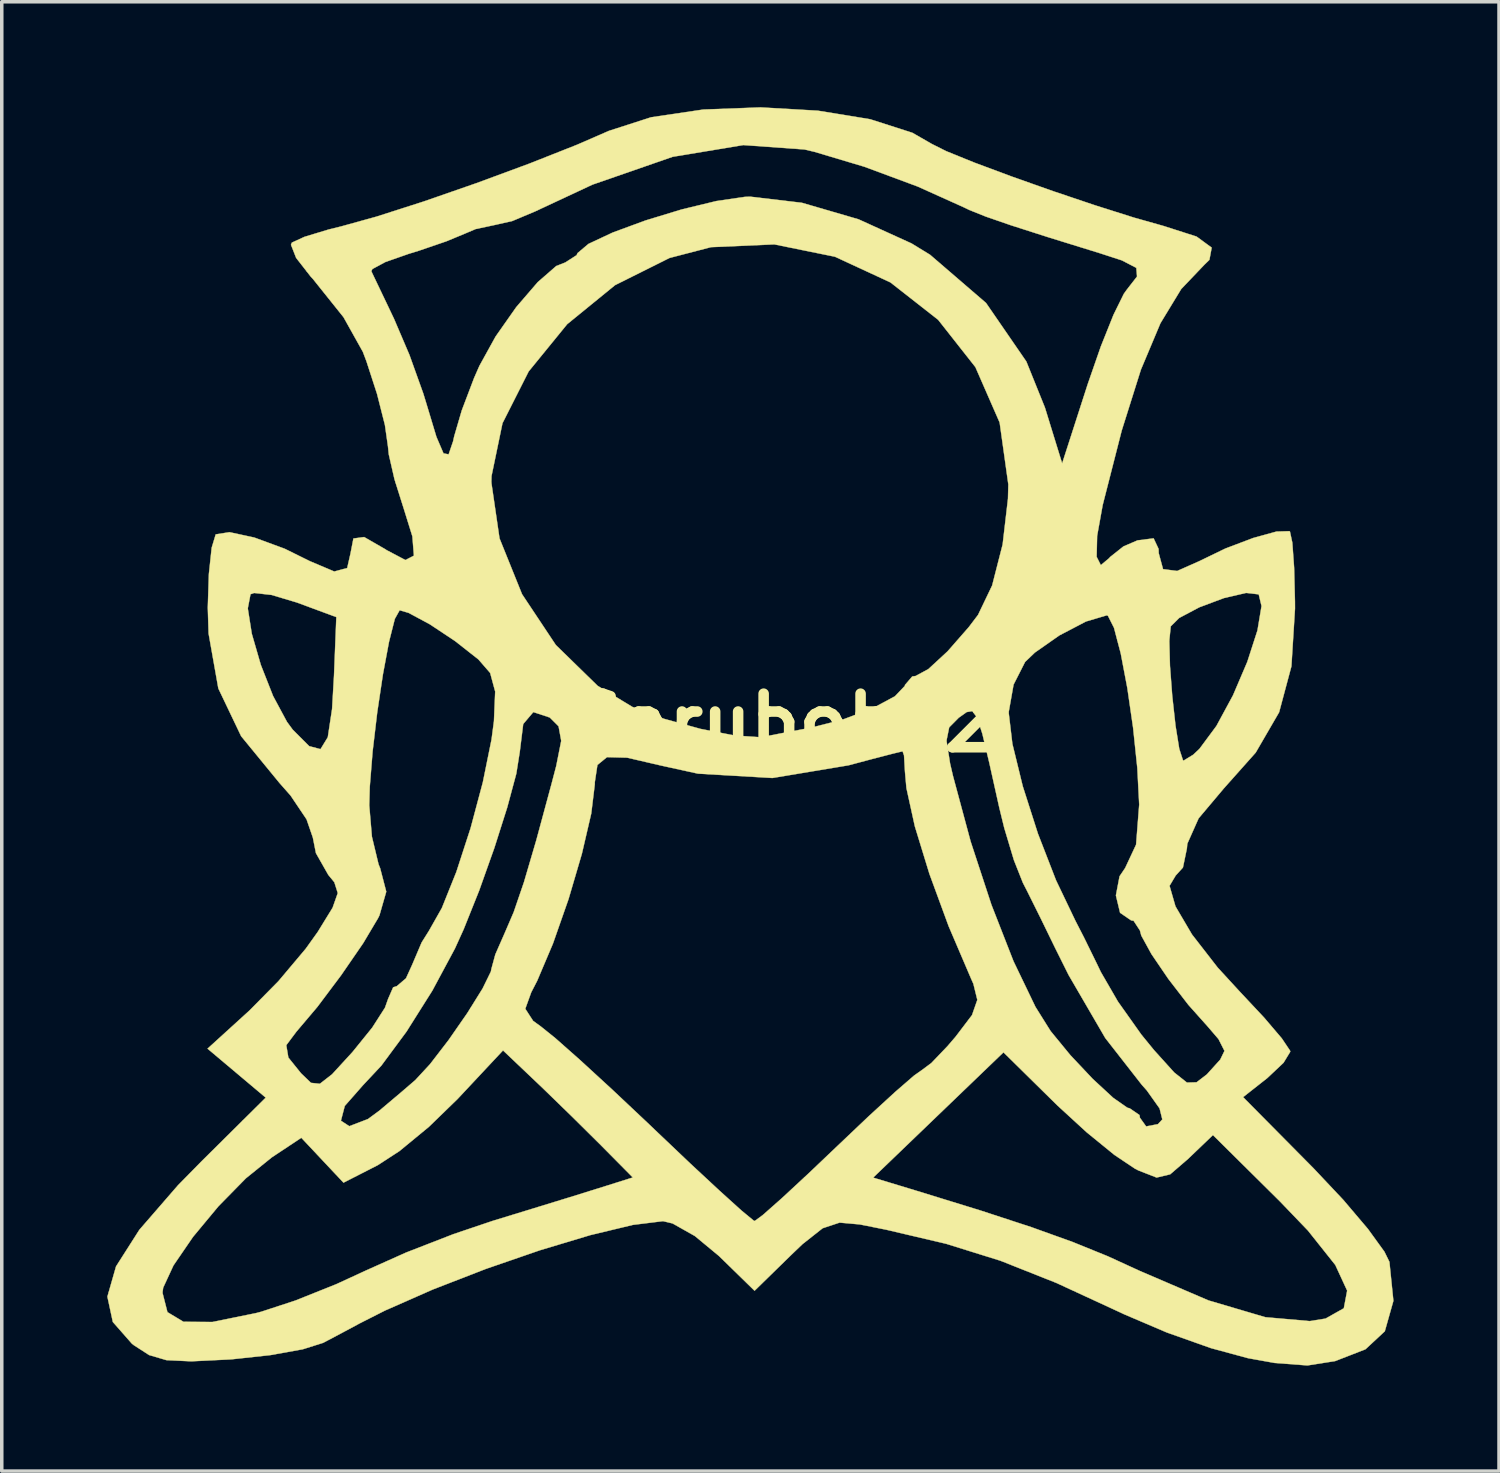
<source format=kicad_pcb>
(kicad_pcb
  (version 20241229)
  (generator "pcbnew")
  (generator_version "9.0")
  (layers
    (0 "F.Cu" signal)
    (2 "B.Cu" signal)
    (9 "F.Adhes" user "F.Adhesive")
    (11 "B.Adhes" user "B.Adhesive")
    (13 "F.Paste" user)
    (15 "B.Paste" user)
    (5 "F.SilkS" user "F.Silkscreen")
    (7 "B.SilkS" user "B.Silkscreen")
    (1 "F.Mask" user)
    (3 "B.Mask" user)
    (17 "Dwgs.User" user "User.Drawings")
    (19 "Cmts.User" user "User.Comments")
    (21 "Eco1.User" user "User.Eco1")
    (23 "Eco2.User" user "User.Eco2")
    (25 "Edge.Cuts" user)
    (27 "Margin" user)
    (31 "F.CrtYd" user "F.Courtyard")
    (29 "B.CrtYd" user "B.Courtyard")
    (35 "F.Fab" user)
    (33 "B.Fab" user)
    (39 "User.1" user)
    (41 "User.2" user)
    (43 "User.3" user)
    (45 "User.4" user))
  (footprint "Sarubobo2"
    (layer "F.Cu")
    (at 19.218 17.518)
    (property "Reference" "Sarubobo2" (at 0 0 0) (layer "F.SilkS") (effects (font (size 1.524 1.524) (thickness 0.3))))
    (attr through_hole)
    (fp_poly (pts (xy 0.999 -17.419) (xy 2.486 -17.176) (xy 3.688 -16.79) (xy 4.238 -16.474) (xy 4.648 -16.268) (xy 5.444 -15.945) (xy 6.5 -15.551) (xy 7.692 -15.129) (xy 8.895 -14.724) (xy 9.985 -14.379) (xy 10.828 -14.141) (xy 11.772 -13.838) (xy 12.202 -13.523) (xy 12.137 -13.176) (xy 11.992 -13.035) (xy 11.336 -12.347) (xy 10.744 -11.373) (xy 10.188 -10.051) (xy 9.642 -8.318) (xy 9.101 -6.201) (xy 8.943 -5.324) (xy 8.929 -4.728) (xy 9.048 -4.491) (xy 9.29 -4.693) (xy 9.306 -4.717) (xy 9.691 -5.023) (xy 10.093 -5.196) (xy 10.55 -5.253) (xy 10.691 -4.953) (xy 10.695 -4.831) (xy 10.818 -4.377) (xy 11.22 -4.325) (xy 11.849 -4.604) (xy 12.593 -4.964) (xy 13.382 -5.263) (xy 14.045 -5.446) (xy 14.413 -5.457) (xy 14.428 -5.447) (xy 14.496 -5.129) (xy 14.547 -4.417) (xy 14.571 -3.455) (xy 14.572 -3.253) (xy 14.47 -1.613) (xy 14.12 -0.305) (xy 13.454 0.842) (xy 12.552 1.855) (xy 11.83 2.712) (xy 11.508 3.435) (xy 11.497 3.566) (xy 11.384 4.112) (xy 11.177 4.34) (xy 11.003 4.632) (xy 11.172 5.217) (xy 11.643 6.018) (xy 12.372 6.957) (xy 13.007 7.648) (xy 13.69 8.377) (xy 14.196 8.971) (xy 14.431 9.321) (xy 14.438 9.35) (xy 14.247 9.664) (xy 13.787 10.098) (xy 13.766 10.115) (xy 13.095 10.643) (xy 15.095 12.663) (xy 15.944 13.564) (xy 16.648 14.394) (xy 17.117 15.042) (xy 17.258 15.33) (xy 17.371 16.439) (xy 17.127 17.304) (xy 16.577 17.816) (xy 15.714 18.152) (xy 14.926 18.276) (xy 13.991 18.205) (xy 13.235 18.069) (xy 12.183 17.784) (xy 10.922 17.337) (xy 9.711 16.82) (xy 9.625 16.779) (xy 7.784 15.929) (xy 6.193 15.297) (xy 4.647 14.815) (xy 2.945 14.415) (xy 2.189 14.264) (xy 1.616 14.213) (xy 1.134 14.373) (xy 0.563 14.824) (xy 0.25 15.123) (xy -0.802 16.151) (xy -1.816 15.161) (xy -2.501 14.594) (xy -3.135 14.236) (xy -3.407 14.171) (xy -4.262 14.277) (xy -5.473 14.568) (xy -6.911 15) (xy -8.45 15.531) (xy -9.96 16.117) (xy -11.315 16.714) (xy -12.032 17.077) (xy -12.576 17.369) (xy -13.076 17.633) (xy -13.655 17.816) (xy -14.577 17.982) (xy -15.653 18.099) (xy -15.749 18.106) (xy -16.828 18.159) (xy -17.534 18.125) (xy -18.027 17.98) (xy -18.466 17.696) (xy -18.515 17.657) (xy -19.058 17.039) (xy -19.213 16.32) (xy -19.181 16.207) (xy -17.646 16.207) (xy -17.505 16.76) (xy -17.049 17.034) (xy -16.225 17.04) (xy -14.984 16.787) (xy -14.839 16.749) (xy -13.86 16.428) (xy -12.703 15.965) (xy -11.859 15.576) (xy -10.715 15.064) (xy -9.367 14.54) (xy -8.25 14.163) (xy -7.133 13.821) (xy -6.072 13.495) (xy -5.292 13.252) (xy -5.274 13.247) (xy -4.265 12.929) (xy -5.173 12.012) (xy -5.977 11.215) (xy -6.833 10.383) (xy -7.02 10.205) (xy -7.958 9.314) (xy -9.253 10.698) (xy -10.067 11.488) (xy -10.905 12.178) (xy -11.522 12.579) (xy -12.496 13.076) (xy -13.096 12.438) (xy -13.696 11.799) (xy -14.535 12.356) (xy -15.273 12.952) (xy -16.054 13.748) (xy -16.776 14.617) (xy -17.334 15.432) (xy -17.626 16.063) (xy -17.646 16.207) (xy -19.181 16.207) (xy -18.967 15.459) (xy -18.303 14.417) (xy -17.206 13.152) (xy -16.547 12.481) (xy -15.37 11.314) (xy -12.57 11.314) (xy -12.331 11.47) (xy -11.801 11.267) (xy -11.477 11.029) (xy -10.86 10.508) (xy -10.455 10.16) (xy -10.035 9.706) (xy -9.507 9.02) (xy -8.974 8.252) (xy -8.898 8.13) (xy -7.325 8.13) (xy -7.102 8.474) (xy -6.88 8.635) (xy -6.471 8.964) (xy -5.769 9.585) (xy -4.866 10.414) (xy -3.852 11.369) (xy -3.609 11.601) (xy -2.632 12.53) (xy -1.794 13.309) (xy -1.171 13.872) (xy -0.834 14.15) (xy -0.8 14.168) (xy -0.565 13.995) (xy -0.029 13.521) (xy 0.605 12.933) (xy 2.571 12.933) (xy 3.759 13.293) (xy 5.618 13.866) (xy 7.075 14.343) (xy 8.246 14.764) (xy 9.246 15.17) (xy 10.16 15.589) (xy 12.112 16.427) (xy 13.728 16.904) (xy 14.99 17.015) (xy 15.441 16.943) (xy 15.961 16.65) (xy 16.056 16.148) (xy 15.719 15.418) (xy 14.94 14.439) (xy 14.14 13.606) (xy 12.238 11.722) (xy 11.526 12.404) (xy 11.021 12.839) (xy 10.635 12.931) (xy 10.116 12.728) (xy 10.019 12.678) (xy 9.436 12.288) (xy 8.647 11.645) (xy 7.815 10.882) (xy 7.751 10.819) (xy 6.279 9.369) (xy 4.425 11.151) (xy 2.571 12.933) (xy 0.605 12.933) (xy 0.726 12.821) (xy 1.555 12.032) (xy 2.447 11.185) (xy 3.201 10.493) (xy 3.734 10.031) (xy 3.958 9.873) (xy 4.227 9.673) (xy 4.688 9.191) (xy 4.917 8.924) (xy 5.384 8.309) (xy 5.535 7.876) (xy 5.423 7.42) (xy 5.357 7.272) (xy 4.719 5.781) (xy 4.172 4.292) (xy 3.757 2.938) (xy 3.518 1.851) (xy 3.476 1.38) (xy 3.45 0.923) (xy 3.409 0.805) (xy 3.137 0.87) (xy 2.502 1.035) (xy 1.872 1.203) (xy -0.293 1.564) (xy -2.41 1.441) (xy -3.454 1.212) (xy -4.428 0.986) (xy -5.001 0.971) (xy -5.273 1.194) (xy -5.347 1.684) (xy -5.347 1.741) (xy -5.448 2.573) (xy -5.715 3.721) (xy -6.095 5.012) (xy -6.537 6.274) (xy -6.987 7.335) (xy -7.155 7.66) (xy -7.325 8.13) (xy -8.898 8.13) (xy -8.539 7.553) (xy -8.304 7.073) (xy -8.288 6.992) (xy -8.177 6.584) (xy -7.909 5.973) (xy -7.908 5.971) (xy -7.654 5.38) (xy -7.363 4.53) (xy -7.013 3.339) (xy -6.577 1.728) (xy -6.445 1.225) (xy -6.302 0.506) (xy -6.303 0.501) (xy 4.658 0.501) (xy 4.76 1.153) (xy 4.842 1.505) (xy 5.345 3.372) (xy 5.936 5.171) (xy 6.565 6.78) (xy 7.188 8.075) (xy 7.62 8.765) (xy 8.182 9.45) (xy 8.817 10.124) (xy 9.4 10.663) (xy 9.804 10.945) (xy 9.87 10.962) (xy 10.148 11.153) (xy 10.16 11.229) (xy 10.337 11.476) (xy 10.673 11.412) (xy 10.798 11.278) (xy 10.72 10.964) (xy 10.357 10.453) (xy 10.213 10.291) (xy 9.175 8.962) (xy 8.133 7.171) (xy 7.757 6.417) (xy 7.336 5.553) (xy 6.952 4.781) (xy 6.831 4.545) (xy 6.576 3.902) (xy 6.301 2.986) (xy 6.159 2.406) (xy 5.876 1.135) (xy 5.678 0.307) (xy 5.528 -0.158) (xy 5.417 -0.303) (xy 6.426 -0.303) (xy 6.532 0.593) (xy 6.827 1.798) (xy 7.259 3.148) (xy 7.774 4.475) (xy 8.319 5.614) (xy 8.319 5.615) (xy 8.568 6.099) (xy 8.925 6.827) (xy 9.049 7.085) (xy 9.535 7.925) (xy 10.2 8.863) (xy 10.56 9.304) (xy 11.136 9.942) (xy 11.498 10.229) (xy 11.772 10.221) (xy 12.063 9.998) (xy 12.446 9.575) (xy 12.566 9.327) (xy 12.396 8.992) (xy 12.088 8.633) (xy 11.539 8.018) (xy 10.97 7.281) (xy 10.488 6.573) (xy 10.199 6.046) (xy 10.16 5.9) (xy 9.98 5.626) (xy 9.911 5.615) (xy 9.596 5.399) (xy 9.477 4.905) (xy 9.581 4.361) (xy 9.741 4.124) (xy 10.051 3.461) (xy 10.14 2.32) (xy 10.086 1.279) (xy 9.966 0.133) (xy 9.802 -0.995) (xy 9.614 -1.983) (xy 9.519 -2.343) (xy 10.996 -2.343) (xy 11.015 -1.629) (xy 11.08 -0.769) (xy 11.173 0.074) (xy 11.28 0.738) (xy 11.385 1.06) (xy 11.404 1.069) (xy 11.677 0.902) (xy 11.854 0.735) (xy 12.336 0.085) (xy 12.808 -0.787) (xy 13.215 -1.74) (xy 13.504 -2.634) (xy 13.62 -3.328) (xy 13.54 -3.66) (xy 13.181 -3.701) (xy 12.553 -3.555) (xy 11.852 -3.293) (xy 11.278 -2.989) (xy 11.037 -2.75) (xy 10.996 -2.343) (xy 9.519 -2.343) (xy 9.423 -2.709) (xy 9.25 -3.051) (xy 9.216 -3.063) (xy 8.626 -2.888) (xy 7.868 -2.492) (xy 7.173 -2.005) (xy 6.894 -1.738) (xy 6.566 -1.093) (xy 6.426 -0.303) (xy 5.417 -0.303) (xy 5.391 -0.338) (xy 5.232 -0.311) (xy 5.014 -0.156) (xy 5.006 -0.15) (xy 4.734 0.124) (xy 4.658 0.501) (xy -6.303 0.501) (xy -6.378 0.093) (xy -6.627 -0.156) (xy -7.096 -0.311) (xy -7.384 0.029) (xy -7.482 0.823) (xy -7.58 1.44) (xy -7.838 2.4) (xy -8.206 3.557) (xy -8.635 4.762) (xy -9.077 5.866) (xy -9.327 6.417) (xy -9.97 7.615) (xy -10.704 8.779) (xy -11.42 9.747) (xy -11.94 10.302) (xy -12.46 10.893) (xy -12.57 11.314) (xy -15.37 11.314) (xy -14.708 10.658) (xy -15.536 9.961) (xy -16.364 9.264) (xy -16.255 9.165) (xy -14.124 9.165) (xy -14.065 9.517) (xy -13.704 9.965) (xy -13.421 10.237) (xy -13.169 10.264) (xy -12.822 9.994) (xy -12.254 9.375) (xy -12.233 9.351) (xy -11.68 8.667) (xy -11.316 8.099) (xy -11.229 7.853) (xy -11.084 7.52) (xy -10.98 7.486) (xy -10.718 7.263) (xy -10.546 6.885) (xy -10.272 6.241) (xy -10.069 5.918) (xy -9.698 5.263) (xy -9.286 4.237) (xy -8.881 2.992) (xy -8.532 1.685) (xy -8.285 0.47) (xy -8.216 -0.053) (xy -8.181 -0.895) (xy -8.324 -1.424) (xy -8.657 -1.808) (xy -9.323 -2.332) (xy -10.043 -2.81) (xy -10.644 -3.133) (xy -10.899 -3.208) (xy -11.036 -2.963) (xy -11.201 -2.312) (xy -11.375 -1.382) (xy -11.537 -0.3) (xy -11.668 0.809) (xy -11.749 1.816) (xy -11.764 2.341) (xy -11.688 3.235) (xy -11.499 4.02) (xy -11.453 4.134) (xy -11.28 4.798) (xy -11.474 5.473) (xy -11.512 5.55) (xy -11.937 6.265) (xy -12.564 7.176) (xy -13.241 8.078) (xy -13.82 8.762) (xy -13.832 8.775) (xy -14.124 9.165) (xy -16.255 9.165) (xy -15.167 8.175) (xy -14.348 7.345) (xy -13.572 6.423) (xy -13.23 5.945) (xy -12.806 5.255) (xy -12.659 4.838) (xy -12.757 4.529) (xy -12.929 4.32) (xy -13.28 3.702) (xy -13.368 3.259) (xy -13.547 2.74) (xy -14.002 2.063) (xy -14.317 1.706) (xy -15.408 0.375) (xy -16.057 -0.984) (xy -16.334 -2.545) (xy -16.356 -3.261) (xy -15.219 -3.261) (xy -15.105 -2.539) (xy -14.849 -1.655) (xy -14.499 -0.767) (xy -14.104 -0.032) (xy -13.94 0.191) (xy -13.472 0.659) (xy -13.15 0.744) (xy -12.943 0.405) (xy -12.821 -0.399) (xy -12.766 -1.351) (xy -12.7 -3.013) (xy -13.828 -3.43) (xy -14.545 -3.644) (xy -15.041 -3.699) (xy -15.142 -3.663) (xy -15.219 -3.261) (xy -16.356 -3.261) (xy -16.357 -3.274) (xy -16.326 -4.237) (xy -16.246 -4.986) (xy -16.132 -5.364) (xy -16.129 -5.367) (xy -15.739 -5.428) (xy -15.034 -5.276) (xy -14.168 -4.957) (xy -13.453 -4.604) (xy -12.759 -4.31) (xy -12.391 -4.409) (xy -12.299 -4.813) (xy -12.214 -5.249) (xy -11.909 -5.29) (xy -11.306 -4.943) (xy -11.272 -4.919) (xy -10.735 -4.636) (xy -10.493 -4.76) (xy -10.537 -5.311) (xy -10.779 -6.089) (xy -11.017 -6.842) (xy -8.29 -6.842) (xy -8.058 -5.253) (xy -7.417 -3.664) (xy -6.456 -2.219) (xy -5.264 -1.056) (xy -4.278 -0.458) (xy -3.376 -0.119) (xy -2.341 0.167) (xy -1.368 0.356) (xy -0.65 0.404) (xy -0.535 0.389) (xy -0.006 0.286) (xy 0.739 0.145) (xy 0.802 0.134) (xy 1.707 -0.098) (xy 2.553 -0.418) (xy 3.191 -0.76) (xy 3.473 -1.056) (xy 3.476 -1.082) (xy 3.684 -1.324) (xy 3.779 -1.337) (xy 4.141 -1.533) (xy 4.688 -2.038) (xy 5.292 -2.728) (xy 5.555 -3.075) (xy 5.956 -3.911) (xy 6.255 -5.079) (xy 6.407 -6.381) (xy 6.417 -6.787) (xy 6.17 -8.548) (xy 5.48 -10.125) (xy 4.42 -11.471) (xy 3.063 -12.534) (xy 1.485 -13.265) (xy -0.241 -13.616) (xy -2.042 -13.537) (xy -3.221 -13.23) (xy -4.77 -12.457) (xy -6.133 -11.346) (xy -7.229 -10.001) (xy -7.974 -8.527) (xy -8.285 -7.027) (xy -8.29 -6.842) (xy -11.017 -6.842) (xy -11.046 -6.935) (xy -11.208 -7.642) (xy -11.231 -7.868) (xy -11.318 -8.479) (xy -11.542 -9.362) (xy -11.844 -10.292) (xy -11.946 -10.561) (xy -12.496 -11.545) (xy -13.37 -12.637) (xy -13.43 -12.701) (xy -13.548 -12.853) (xy -11.705 -12.853) (xy -11.555 -12.538) (xy -11.256 -11.912) (xy -11.057 -11.494) (xy -10.619 -10.468) (xy -10.228 -9.378) (xy -10.14 -9.091) (xy -9.853 -8.14) (xy -9.652 -7.671) (xy -9.505 -7.642) (xy -9.378 -8.014) (xy -9.347 -8.156) (xy -9.131 -8.894) (xy -8.784 -9.808) (xy -8.63 -10.16) (xy -8.169 -10.995) (xy -7.581 -11.832) (xy -6.97 -12.542) (xy -6.444 -13) (xy -6.187 -13.101) (xy -5.865 -13.308) (xy -5.838 -13.368) (xy -5.528 -13.629) (xy -4.837 -13.953) (xy -3.905 -14.296) (xy -2.874 -14.61) (xy -1.886 -14.849) (xy -1.081 -14.967) (xy -0.927 -14.973) (xy 0.544 -14.799) (xy 2.156 -14.329) (xy 3.665 -13.642) (xy 4.191 -13.32) (xy 5.782 -11.95) (xy 6.93 -10.282) (xy 7.458 -8.973) (xy 7.948 -7.385) (xy 8.676 -9.641) (xy 9.048 -10.711) (xy 9.41 -11.615) (xy 9.702 -12.208) (xy 9.782 -12.32) (xy 10.078 -12.701) (xy 10.058 -12.948) (xy 9.648 -13.161) (xy 9.024 -13.364) (xy 7.545 -13.822) (xy 6.491 -14.16) (xy 5.776 -14.407) (xy 5.312 -14.593) (xy 5.15 -14.671) (xy 3.835 -15.263) (xy 2.321 -15.825) (xy 0.905 -16.248) (xy 0.618 -16.316) (xy -1.122 -16.441) (xy -3.134 -16.107) (xy -5.416 -15.315) (xy -7.04 -14.556) (xy -7.694 -14.281) (xy -8.18 -14.171) (xy -8.738 -14.052) (xy -9.027 -13.929) (xy -9.569 -13.704) (xy -10.361 -13.433) (xy -10.635 -13.349) (xy -11.304 -13.115) (xy -11.675 -12.915) (xy -11.705 -12.853) (xy -13.548 -12.853) (xy -13.844 -13.232) (xy -13.99 -13.605) (xy -13.965 -13.666) (xy -13.605 -13.831) (xy -12.922 -14.038) (xy -12.566 -14.126) (xy -11.559 -14.405) (xy -10.221 -14.834) (xy -8.716 -15.357) (xy -7.206 -15.915) (xy -5.853 -16.45) (xy -4.946 -16.845) (xy -3.746 -17.232) (xy -2.259 -17.452) (xy -0.63 -17.513) (xy 0.999 -17.419)) (stroke (width 0.01) (type solid)) (fill yes) (layer "F.SilkS")))
  (gr_rect
    (start -3 -3)
    (end 39.594 38.799)
    (stroke (width 0.1) (type default))
    (fill no)
    (layer "Edge.Cuts")))
</source>
